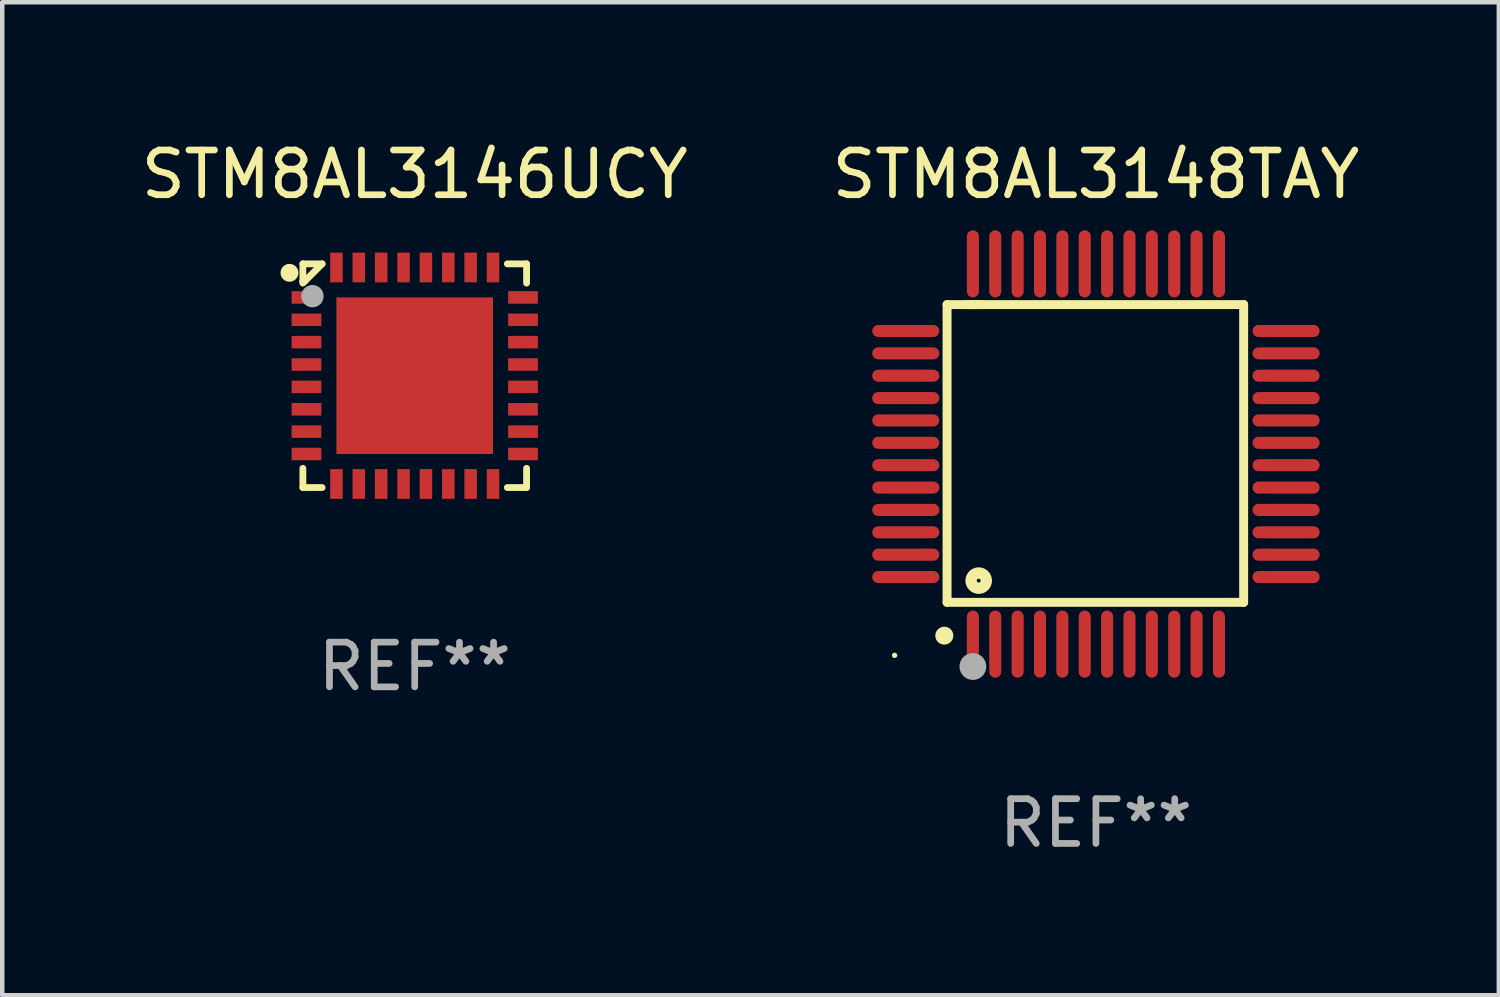
<source format=kicad_pcb>
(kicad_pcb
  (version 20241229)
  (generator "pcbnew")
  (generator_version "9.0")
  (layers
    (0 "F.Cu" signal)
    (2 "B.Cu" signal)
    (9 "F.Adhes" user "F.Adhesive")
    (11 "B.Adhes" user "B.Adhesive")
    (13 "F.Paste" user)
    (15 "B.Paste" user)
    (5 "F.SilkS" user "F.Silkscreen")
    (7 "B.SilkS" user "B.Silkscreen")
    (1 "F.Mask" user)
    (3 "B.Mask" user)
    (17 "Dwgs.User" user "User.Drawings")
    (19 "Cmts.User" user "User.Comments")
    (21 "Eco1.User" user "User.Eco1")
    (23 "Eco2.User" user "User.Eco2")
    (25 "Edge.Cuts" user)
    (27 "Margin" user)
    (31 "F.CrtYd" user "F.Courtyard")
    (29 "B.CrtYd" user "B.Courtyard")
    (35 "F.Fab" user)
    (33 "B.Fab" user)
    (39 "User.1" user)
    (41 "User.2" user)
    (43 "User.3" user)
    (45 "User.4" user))
  (footprint "STM8AL3148TAY"
    (layer "F.Cu")
    (at 21.446 7.098)
    (property "Reference" "STM8AL3148TAY" (at 0 -6.25 0) (layer "F.SilkS") (effects (font (size 1 1) (thickness 0.15))))
    (attr through_hole)
    (fp_line (start -3.327 -3.34) (end -2.565 -3.34) (stroke (width 0.2) (type solid)) (layer "F.SilkS"))
    (fp_line (start -3.327 3.315) (end -3.327 -3.34) (stroke (width 0.2) (type solid)) (layer "F.SilkS"))
    (fp_line (start -2.896 -3.34) (end 3.302 -3.34) (stroke (width 0.2) (type solid)) (layer "F.SilkS"))
    (fp_line (start 3.302 -3.34) (end 3.302 3.315) (stroke (width 0.2) (type solid)) (layer "F.SilkS"))
    (fp_line (start 3.302 3.315) (end -3.327 3.315) (stroke (width 0.2) (type solid)) (layer "F.SilkS"))
    (fp_arc (start -3.389992 4.059995) (mid -3.388722 4.059991) (end -3.387452 4.059995) (stroke (width 0.4) (type solid)) (layer "F.SilkS"))
    (fp_circle (center -4.5 4.5) (end -4.47 4.5) (stroke (width 0.06) (type solid)) (fill no) (layer "F.SilkS"))
    (fp_circle (center -2.62 2.83) (end -2.45 2.83) (stroke (width 0.254) (type solid)) (fill no) (layer "F.SilkS"))
    (fp_circle (center -2.75 4.75) (end -2.6 4.75) (stroke (width 0.3) (type solid)) (fill no) (layer "F.Fab"))
    (fp_text user "REF**" (at 0 8.25 0) (layer "F.Fab") (effects (font (size 1 1) (thickness 0.15))))
    (pad "1" smd oval (at -2.75 4.25) (size 0.27 1.5) (layers "F.Cu" "F.Mask" "F.Paste"))
    (pad "2" smd oval (at -2.25 4.25) (size 0.27 1.5) (layers "F.Cu" "F.Mask" "F.Paste"))
    (pad "3" smd oval (at -1.75 4.25) (size 0.27 1.5) (layers "F.Cu" "F.Mask" "F.Paste"))
    (pad "4" smd oval (at -1.25 4.25) (size 0.27 1.5) (layers "F.Cu" "F.Mask" "F.Paste"))
    (pad "5" smd oval (at -0.75 4.25) (size 0.27 1.5) (layers "F.Cu" "F.Mask" "F.Paste"))
    (pad "6" smd oval (at -0.25 4.25) (size 0.27 1.5) (layers "F.Cu" "F.Mask" "F.Paste"))
    (pad "7" smd oval (at 0.25 4.25) (size 0.27 1.5) (layers "F.Cu" "F.Mask" "F.Paste"))
    (pad "8" smd oval (at 0.75 4.25) (size 0.27 1.5) (layers "F.Cu" "F.Mask" "F.Paste"))
    (pad "9" smd oval (at 1.25 4.25) (size 0.27 1.5) (layers "F.Cu" "F.Mask" "F.Paste"))
    (pad "10" smd oval (at 1.75 4.25) (size 0.27 1.5) (layers "F.Cu" "F.Mask" "F.Paste"))
    (pad "11" smd oval (at 2.25 4.25) (size 0.27 1.5) (layers "F.Cu" "F.Mask" "F.Paste"))
    (pad "12" smd oval (at 2.75 4.25) (size 0.27 1.5) (layers "F.Cu" "F.Mask" "F.Paste"))
    (pad "13" smd oval (at 4.25 2.75) (size 1.5 0.27) (layers "F.Cu" "F.Mask" "F.Paste"))
    (pad "14" smd oval (at 4.25 2.25) (size 1.5 0.27) (layers "F.Cu" "F.Mask" "F.Paste"))
    (pad "15" smd oval (at 4.25 1.75) (size 1.5 0.27) (layers "F.Cu" "F.Mask" "F.Paste"))
    (pad "16" smd oval (at 4.25 1.25) (size 1.5 0.27) (layers "F.Cu" "F.Mask" "F.Paste"))
    (pad "17" smd oval (at 4.25 0.75) (size 1.5 0.27) (layers "F.Cu" "F.Mask" "F.Paste"))
    (pad "18" smd oval (at 4.25 0.25) (size 1.5 0.27) (layers "F.Cu" "F.Mask" "F.Paste"))
    (pad "19" smd oval (at 4.25 -0.25) (size 1.5 0.27) (layers "F.Cu" "F.Mask" "F.Paste"))
    (pad "20" smd oval (at 4.25 -0.75) (size 1.5 0.27) (layers "F.Cu" "F.Mask" "F.Paste"))
    (pad "21" smd oval (at 4.25 -1.25) (size 1.5 0.27) (layers "F.Cu" "F.Mask" "F.Paste"))
    (pad "22" smd oval (at 4.25 -1.75) (size 1.5 0.27) (layers "F.Cu" "F.Mask" "F.Paste"))
    (pad "23" smd oval (at 4.25 -2.25) (size 1.5 0.27) (layers "F.Cu" "F.Mask" "F.Paste"))
    (pad "24" smd oval (at 4.25 -2.75) (size 1.5 0.27) (layers "F.Cu" "F.Mask" "F.Paste"))
    (pad "25" smd oval (at 2.75 -4.25) (size 0.27 1.5) (layers "F.Cu" "F.Mask" "F.Paste"))
    (pad "26" smd oval (at 2.25 -4.25) (size 0.27 1.5) (layers "F.Cu" "F.Mask" "F.Paste"))
    (pad "27" smd oval (at 1.75 -4.25) (size 0.27 1.5) (layers "F.Cu" "F.Mask" "F.Paste"))
    (pad "28" smd oval (at 1.25 -4.25) (size 0.27 1.5) (layers "F.Cu" "F.Mask" "F.Paste"))
    (pad "29" smd oval (at 0.75 -4.25) (size 0.27 1.5) (layers "F.Cu" "F.Mask" "F.Paste"))
    (pad "30" smd oval (at 0.25 -4.25) (size 0.27 1.5) (layers "F.Cu" "F.Mask" "F.Paste"))
    (pad "31" smd oval (at -0.25 -4.25) (size 0.27 1.5) (layers "F.Cu" "F.Mask" "F.Paste"))
    (pad "32" smd oval (at -0.75 -4.25) (size 0.27 1.5) (layers "F.Cu" "F.Mask" "F.Paste"))
    (pad "33" smd oval (at -1.25 -4.25) (size 0.27 1.5) (layers "F.Cu" "F.Mask" "F.Paste"))
    (pad "34" smd oval (at -1.75 -4.25) (size 0.27 1.5) (layers "F.Cu" "F.Mask" "F.Paste"))
    (pad "35" smd oval (at -2.25 -4.25) (size 0.27 1.5) (layers "F.Cu" "F.Mask" "F.Paste"))
    (pad "36" smd oval (at -2.75 -4.25) (size 0.27 1.5) (layers "F.Cu" "F.Mask" "F.Paste"))
    (pad "37" smd oval (at -4.25 -2.75) (size 1.5 0.27) (layers "F.Cu" "F.Mask" "F.Paste"))
    (pad "38" smd oval (at -4.25 -2.25) (size 1.5 0.27) (layers "F.Cu" "F.Mask" "F.Paste"))
    (pad "39" smd oval (at -4.25 -1.75) (size 1.5 0.27) (layers "F.Cu" "F.Mask" "F.Paste"))
    (pad "40" smd oval (at -4.25 -1.25) (size 1.5 0.27) (layers "F.Cu" "F.Mask" "F.Paste"))
    (pad "41" smd oval (at -4.25 -0.75) (size 1.5 0.27) (layers "F.Cu" "F.Mask" "F.Paste"))
    (pad "42" smd oval (at -4.25 -0.25) (size 1.5 0.27) (layers "F.Cu" "F.Mask" "F.Paste"))
    (pad "43" smd oval (at -4.25 0.25) (size 1.5 0.27) (layers "F.Cu" "F.Mask" "F.Paste"))
    (pad "44" smd oval (at -4.25 0.75) (size 1.5 0.27) (layers "F.Cu" "F.Mask" "F.Paste"))
    (pad "45" smd oval (at -4.25 1.25) (size 1.5 0.27) (layers "F.Cu" "F.Mask" "F.Paste"))
    (pad "46" smd oval (at -4.25 1.75) (size 1.5 0.27) (layers "F.Cu" "F.Mask" "F.Paste"))
    (pad "47" smd oval (at -4.25 2.25) (size 1.5 0.27) (layers "F.Cu" "F.Mask" "F.Paste"))
    (pad "48" smd oval (at -4.25 2.75) (size 1.5 0.27) (layers "F.Cu" "F.Mask" "F.Paste")))
  (footprint "STM8AL3146UCY"
    (layer "F.Cu")
    (at 6.22 5.348)
    (property "Reference" "STM8AL3146UCY" (at 0 -4.5 0) (layer "F.SilkS") (effects (font (size 1 1) (thickness 0.15))))
    (attr through_hole)
    (fp_line (start -2.5 -2.5) (end -2.07 -2.5) (stroke (width 0.152) (type solid)) (layer "F.SilkS"))
    (fp_line (start -2.5 -2.11) (end -2.5 -2.5) (stroke (width 0.152) (type solid)) (layer "F.SilkS"))
    (fp_line (start -2.5 -2.11) (end -2.5 -2.07) (stroke (width 0.152) (type solid)) (layer "F.SilkS"))
    (fp_line (start -2.5 -2.11) (end -2.46 -2.11) (stroke (width 0.152) (type solid)) (layer "F.SilkS"))
    (fp_line (start -2.5 2.5) (end -2.5 2.07) (stroke (width 0.152) (type solid)) (layer "F.SilkS"))
    (fp_line (start -2.46 -2.11) (end -2.07 -2.5) (stroke (width 0.152) (type solid)) (layer "F.SilkS"))
    (fp_line (start -2.07 2.5) (end -2.5 2.5) (stroke (width 0.152) (type solid)) (layer "F.SilkS"))
    (fp_line (start 2.07 -2.5) (end 2.5 -2.5) (stroke (width 0.152) (type solid)) (layer "F.SilkS"))
    (fp_line (start 2.5 -2.5) (end 2.5 -2.07) (stroke (width 0.152) (type solid)) (layer "F.SilkS"))
    (fp_line (start 2.5 2.07) (end 2.5 2.5) (stroke (width 0.152) (type solid)) (layer "F.SilkS"))
    (fp_line (start 2.5 2.5) (end 2.07 2.5) (stroke (width 0.152) (type solid)) (layer "F.SilkS"))
    (fp_circle (center -2.8 -2.3) (end -2.7 -2.3) (stroke (width 0.2) (type solid)) (fill no) (layer "F.SilkS"))
    (fp_circle (center -2.5 -2.5) (end -2.47 -2.5) (stroke (width 0.06) (type solid)) (fill no) (layer "F.SilkS"))
    (fp_circle (center -2.286 -1.778) (end -2.161 -1.778) (stroke (width 0.25) (type solid)) (fill no) (layer "F.Fab"))
    (fp_text user "REF**" (at 0 6.5 0) (layer "F.Fab") (effects (font (size 1 1) (thickness 0.15))))
    (pad "1" smd rect (at -2.42 -1.75 270) (size 0.28 0.665) (layers "F.Cu" "F.Mask" "F.Paste"))
    (pad "2" smd rect (at -2.42 -1.25 270) (size 0.28 0.665) (layers "F.Cu" "F.Mask" "F.Paste"))
    (pad "3" smd rect (at -2.42 -0.75 270) (size 0.28 0.665) (layers "F.Cu" "F.Mask" "F.Paste"))
    (pad "4" smd rect (at -2.42 -0.25 270) (size 0.28 0.665) (layers "F.Cu" "F.Mask" "F.Paste"))
    (pad "5" smd rect (at -2.42 0.25 270) (size 0.28 0.665) (layers "F.Cu" "F.Mask" "F.Paste"))
    (pad "6" smd rect (at -2.42 0.75 270) (size 0.28 0.665) (layers "F.Cu" "F.Mask" "F.Paste"))
    (pad "7" smd rect (at -2.42 1.25 270) (size 0.28 0.665) (layers "F.Cu" "F.Mask" "F.Paste"))
    (pad "8" smd rect (at -2.42 1.75 270) (size 0.28 0.665) (layers "F.Cu" "F.Mask" "F.Paste"))
    (pad "9" smd rect (at -1.75 2.42 270) (size 0.665 0.28) (layers "F.Cu" "F.Mask" "F.Paste"))
    (pad "10" smd rect (at -1.25 2.42 270) (size 0.665 0.28) (layers "F.Cu" "F.Mask" "F.Paste"))
    (pad "11" smd rect (at -0.75 2.42 270) (size 0.665 0.28) (layers "F.Cu" "F.Mask" "F.Paste"))
    (pad "12" smd rect (at -0.25 2.42 270) (size 0.665 0.28) (layers "F.Cu" "F.Mask" "F.Paste"))
    (pad "13" smd rect (at 0.25 2.42 270) (size 0.665 0.28) (layers "F.Cu" "F.Mask" "F.Paste"))
    (pad "14" smd rect (at 0.75 2.42 270) (size 0.665 0.28) (layers "F.Cu" "F.Mask" "F.Paste"))
    (pad "15" smd rect (at 1.25 2.42 270) (size 0.665 0.28) (layers "F.Cu" "F.Mask" "F.Paste"))
    (pad "16" smd rect (at 1.75 2.42 270) (size 0.665 0.28) (layers "F.Cu" "F.Mask" "F.Paste"))
    (pad "17" smd rect (at 2.42 1.75 270) (size 0.28 0.665) (layers "F.Cu" "F.Mask" "F.Paste"))
    (pad "18" smd rect (at 2.42 1.25 270) (size 0.28 0.665) (layers "F.Cu" "F.Mask" "F.Paste"))
    (pad "19" smd rect (at 2.42 0.75 270) (size 0.28 0.665) (layers "F.Cu" "F.Mask" "F.Paste"))
    (pad "20" smd rect (at 2.42 0.25 270) (size 0.28 0.665) (layers "F.Cu" "F.Mask" "F.Paste"))
    (pad "21" smd rect (at 2.42 -0.25 270) (size 0.28 0.665) (layers "F.Cu" "F.Mask" "F.Paste"))
    (pad "22" smd rect (at 2.42 -0.75 270) (size 0.28 0.665) (layers "F.Cu" "F.Mask" "F.Paste"))
    (pad "23" smd rect (at 2.42 -1.25 270) (size 0.28 0.665) (layers "F.Cu" "F.Mask" "F.Paste"))
    (pad "24" smd rect (at 2.42 -1.75 270) (size 0.28 0.665) (layers "F.Cu" "F.Mask" "F.Paste"))
    (pad "25" smd rect (at 1.75 -2.42 270) (size 0.665 0.28) (layers "F.Cu" "F.Mask" "F.Paste"))
    (pad "26" smd rect (at 1.25 -2.42 270) (size 0.665 0.28) (layers "F.Cu" "F.Mask" "F.Paste"))
    (pad "27" smd rect (at 0.75 -2.42 270) (size 0.665 0.28) (layers "F.Cu" "F.Mask" "F.Paste"))
    (pad "28" smd rect (at 0.25 -2.42 270) (size 0.665 0.28) (layers "F.Cu" "F.Mask" "F.Paste"))
    (pad "29" smd rect (at -0.25 -2.42 270) (size 0.665 0.28) (layers "F.Cu" "F.Mask" "F.Paste"))
    (pad "30" smd rect (at -0.75 -2.42 270) (size 0.665 0.28) (layers "F.Cu" "F.Mask" "F.Paste"))
    (pad "31" smd rect (at -1.25 -2.42 270) (size 0.665 0.28) (layers "F.Cu" "F.Mask" "F.Paste"))
    (pad "32" smd rect (at -1.75 -2.42 270) (size 0.665 0.28) (layers "F.Cu" "F.Mask" "F.Paste"))
    (pad "33" smd rect (at 0 0 270) (size 3.5 3.5) (layers "F.Cu" "F.Mask" "F.Paste")))
  (gr_rect
    (start -3 -3)
    (end 30.452 19.196)
    (stroke (width 0.1) (type default))
    (fill no)
    (layer "Edge.Cuts")))
</source>
